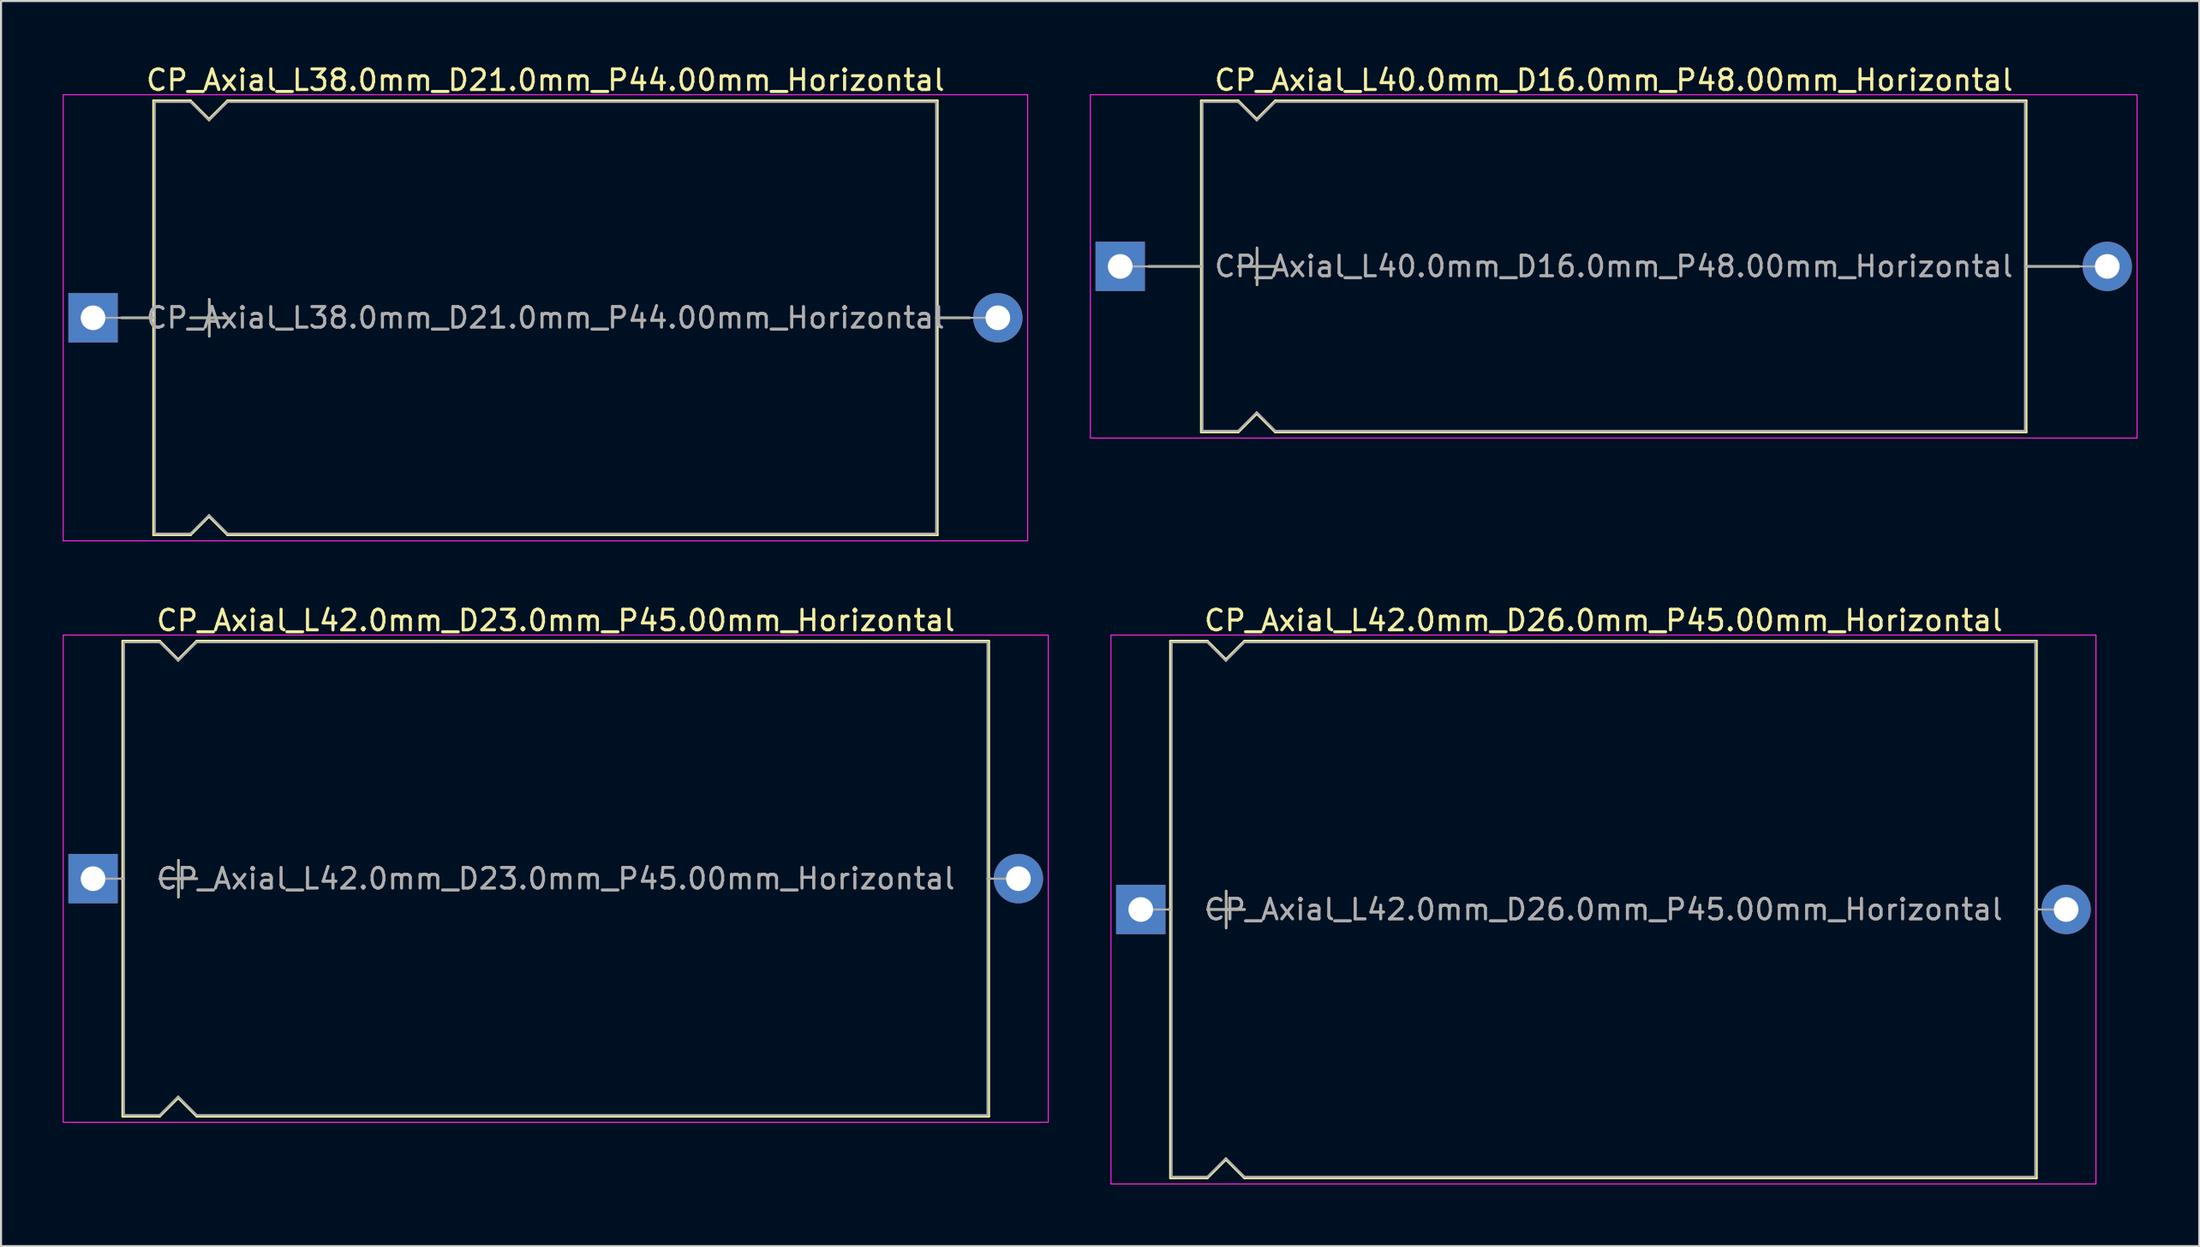
<source format=kicad_pcb>
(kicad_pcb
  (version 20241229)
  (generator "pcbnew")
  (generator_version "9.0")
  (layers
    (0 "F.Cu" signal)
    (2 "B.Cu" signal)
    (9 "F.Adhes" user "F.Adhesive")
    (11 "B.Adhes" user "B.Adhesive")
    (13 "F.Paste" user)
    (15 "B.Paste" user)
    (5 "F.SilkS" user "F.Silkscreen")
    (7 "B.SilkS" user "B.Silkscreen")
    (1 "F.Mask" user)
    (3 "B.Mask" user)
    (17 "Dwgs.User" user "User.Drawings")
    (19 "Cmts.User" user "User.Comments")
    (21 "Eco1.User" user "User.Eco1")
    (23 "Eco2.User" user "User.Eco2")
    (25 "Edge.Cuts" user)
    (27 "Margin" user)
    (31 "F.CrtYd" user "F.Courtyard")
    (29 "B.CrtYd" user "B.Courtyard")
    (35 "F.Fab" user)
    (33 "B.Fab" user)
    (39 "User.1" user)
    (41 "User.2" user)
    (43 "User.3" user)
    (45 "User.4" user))
  (footprint "CP_Axial_L40.0mm_D16.0mm_P48.00mm_Horizontal"
    (layer "F.Cu")
    (at 51.425 9.908)
    (property "Reference" "CP_Axial_L40.0mm_D16.0mm_P48.00mm_Horizontal" (at 24 -9.06 0) (layer "F.SilkS") (effects (font (size 1 1) (thickness 0.15))))
    (attr through_hole)
    (fp_line (start 1.38 0) (end 3.94 0) (stroke (width 0.12) (type solid)) (layer "F.SilkS"))
    (fp_line (start 3.94 -8.06) (end 3.94 8.06) (stroke (width 0.12) (type solid)) (layer "F.SilkS"))
    (fp_line (start 3.94 -8.06) (end 5.74 -8.06) (stroke (width 0.12) (type solid)) (layer "F.SilkS"))
    (fp_line (start 3.94 8.06) (end 5.74 8.06) (stroke (width 0.12) (type solid)) (layer "F.SilkS"))
    (fp_line (start 5.74 -8.06) (end 6.64 -7.16) (stroke (width 0.12) (type solid)) (layer "F.SilkS"))
    (fp_line (start 5.74 8.06) (end 6.64 7.16) (stroke (width 0.12) (type solid)) (layer "F.SilkS"))
    (fp_line (start 5.75 0) (end 7.55 0) (stroke (width 0.12) (type solid)) (layer "F.SilkS"))
    (fp_line (start 6.64 -7.16) (end 7.54 -8.06) (stroke (width 0.12) (type solid)) (layer "F.SilkS"))
    (fp_line (start 6.64 7.16) (end 7.54 8.06) (stroke (width 0.12) (type solid)) (layer "F.SilkS"))
    (fp_line (start 6.65 -0.9) (end 6.65 0.9) (stroke (width 0.12) (type solid)) (layer "F.SilkS"))
    (fp_line (start 7.54 -8.06) (end 44.06 -8.06) (stroke (width 0.12) (type solid)) (layer "F.SilkS"))
    (fp_line (start 7.54 8.06) (end 44.06 8.06) (stroke (width 0.12) (type solid)) (layer "F.SilkS"))
    (fp_line (start 44.06 -8.06) (end 44.06 8.06) (stroke (width 0.12) (type solid)) (layer "F.SilkS"))
    (fp_line (start 46.62 0) (end 44.06 0) (stroke (width 0.12) (type solid)) (layer "F.SilkS"))
    (fp_line (start -1.45 -8.35) (end -1.45 8.35) (stroke (width 0.05) (type solid)) (layer "F.CrtYd"))
    (fp_line (start -1.45 8.35) (end 49.45 8.35) (stroke (width 0.05) (type solid)) (layer "F.CrtYd"))
    (fp_line (start 49.45 -8.35) (end -1.45 -8.35) (stroke (width 0.05) (type solid)) (layer "F.CrtYd"))
    (fp_line (start 49.45 8.35) (end 49.45 -8.35) (stroke (width 0.05) (type solid)) (layer "F.CrtYd"))
    (fp_line (start 0 0) (end 4 0) (stroke (width 0.1) (type solid)) (layer "F.Fab"))
    (fp_line (start 4 -8) (end 4 8) (stroke (width 0.1) (type solid)) (layer "F.Fab"))
    (fp_line (start 4 -8) (end 5.74 -8) (stroke (width 0.1) (type solid)) (layer "F.Fab"))
    (fp_line (start 4 8) (end 5.74 8) (stroke (width 0.1) (type solid)) (layer "F.Fab"))
    (fp_line (start 5.74 -8) (end 6.64 -7.1) (stroke (width 0.1) (type solid)) (layer "F.Fab"))
    (fp_line (start 5.74 8) (end 6.64 7.1) (stroke (width 0.1) (type solid)) (layer "F.Fab"))
    (fp_line (start 5.75 0) (end 7.55 0) (stroke (width 0.1) (type solid)) (layer "F.Fab"))
    (fp_line (start 6.64 -7.1) (end 7.54 -8) (stroke (width 0.1) (type solid)) (layer "F.Fab"))
    (fp_line (start 6.64 7.1) (end 7.54 8) (stroke (width 0.1) (type solid)) (layer "F.Fab"))
    (fp_line (start 6.65 -0.9) (end 6.65 0.9) (stroke (width 0.1) (type solid)) (layer "F.Fab"))
    (fp_line (start 7.54 -8) (end 44 -8) (stroke (width 0.1) (type solid)) (layer "F.Fab"))
    (fp_line (start 7.54 8) (end 44 8) (stroke (width 0.1) (type solid)) (layer "F.Fab"))
    (fp_line (start 44 -8) (end 44 8) (stroke (width 0.1) (type solid)) (layer "F.Fab"))
    (fp_line (start 48 0) (end 44 0) (stroke (width 0.1) (type solid)) (layer "F.Fab"))
    (fp_text user "${REFERENCE}" (at 24 0 0) (layer "F.Fab") (effects (font (size 1 1) (thickness 0.15))))
    (pad "1" thru_hole rect (at 0 0) (size 2.4 2.4) (drill 1.2) (layers "*.Cu" "*.Mask"))
    (pad "2" thru_hole oval (at 48 0) (size 2.4 2.4) (drill 1.2) (layers "*.Cu" "*.Mask")))
  (footprint "CP_Axial_L38.0mm_D21.0mm_P44.00mm_Horizontal"
    (layer "F.Cu")
    (at 1.475 12.408)
    (property "Reference" "CP_Axial_L38.0mm_D21.0mm_P44.00mm_Horizontal" (at 22 -11.56 0) (layer "F.SilkS") (effects (font (size 1 1) (thickness 0.15))))
    (attr through_hole)
    (fp_line (start 1.38 0) (end 2.94 0) (stroke (width 0.12) (type solid)) (layer "F.SilkS"))
    (fp_line (start 2.94 -10.56) (end 2.94 10.56) (stroke (width 0.12) (type solid)) (layer "F.SilkS"))
    (fp_line (start 2.94 -10.56) (end 4.74 -10.56) (stroke (width 0.12) (type solid)) (layer "F.SilkS"))
    (fp_line (start 2.94 10.56) (end 4.74 10.56) (stroke (width 0.12) (type solid)) (layer "F.SilkS"))
    (fp_line (start 4.74 -10.56) (end 5.64 -9.66) (stroke (width 0.12) (type solid)) (layer "F.SilkS"))
    (fp_line (start 4.74 10.56) (end 5.64 9.66) (stroke (width 0.12) (type solid)) (layer "F.SilkS"))
    (fp_line (start 4.75 0) (end 6.55 0) (stroke (width 0.12) (type solid)) (layer "F.SilkS"))
    (fp_line (start 5.64 -9.66) (end 6.54 -10.56) (stroke (width 0.12) (type solid)) (layer "F.SilkS"))
    (fp_line (start 5.64 9.66) (end 6.54 10.56) (stroke (width 0.12) (type solid)) (layer "F.SilkS"))
    (fp_line (start 5.65 -0.9) (end 5.65 0.9) (stroke (width 0.12) (type solid)) (layer "F.SilkS"))
    (fp_line (start 6.54 -10.56) (end 41.06 -10.56) (stroke (width 0.12) (type solid)) (layer "F.SilkS"))
    (fp_line (start 6.54 10.56) (end 41.06 10.56) (stroke (width 0.12) (type solid)) (layer "F.SilkS"))
    (fp_line (start 41.06 -10.56) (end 41.06 10.56) (stroke (width 0.12) (type solid)) (layer "F.SilkS"))
    (fp_line (start 42.62 0) (end 41.06 0) (stroke (width 0.12) (type solid)) (layer "F.SilkS"))
    (fp_line (start -1.45 -10.85) (end -1.45 10.85) (stroke (width 0.05) (type solid)) (layer "F.CrtYd"))
    (fp_line (start -1.45 10.85) (end 45.45 10.85) (stroke (width 0.05) (type solid)) (layer "F.CrtYd"))
    (fp_line (start 45.45 -10.85) (end -1.45 -10.85) (stroke (width 0.05) (type solid)) (layer "F.CrtYd"))
    (fp_line (start 45.45 10.85) (end 45.45 -10.85) (stroke (width 0.05) (type solid)) (layer "F.CrtYd"))
    (fp_line (start 0 0) (end 3 0) (stroke (width 0.1) (type solid)) (layer "F.Fab"))
    (fp_line (start 3 -10.5) (end 3 10.5) (stroke (width 0.1) (type solid)) (layer "F.Fab"))
    (fp_line (start 3 -10.5) (end 4.74 -10.5) (stroke (width 0.1) (type solid)) (layer "F.Fab"))
    (fp_line (start 3 10.5) (end 4.74 10.5) (stroke (width 0.1) (type solid)) (layer "F.Fab"))
    (fp_line (start 4.74 -10.5) (end 5.64 -9.6) (stroke (width 0.1) (type solid)) (layer "F.Fab"))
    (fp_line (start 4.74 10.5) (end 5.64 9.6) (stroke (width 0.1) (type solid)) (layer "F.Fab"))
    (fp_line (start 4.75 0) (end 6.55 0) (stroke (width 0.1) (type solid)) (layer "F.Fab"))
    (fp_line (start 5.64 -9.6) (end 6.54 -10.5) (stroke (width 0.1) (type solid)) (layer "F.Fab"))
    (fp_line (start 5.64 9.6) (end 6.54 10.5) (stroke (width 0.1) (type solid)) (layer "F.Fab"))
    (fp_line (start 5.65 -0.9) (end 5.65 0.9) (stroke (width 0.1) (type solid)) (layer "F.Fab"))
    (fp_line (start 6.54 -10.5) (end 41 -10.5) (stroke (width 0.1) (type solid)) (layer "F.Fab"))
    (fp_line (start 6.54 10.5) (end 41 10.5) (stroke (width 0.1) (type solid)) (layer "F.Fab"))
    (fp_line (start 41 -10.5) (end 41 10.5) (stroke (width 0.1) (type solid)) (layer "F.Fab"))
    (fp_line (start 44 0) (end 41 0) (stroke (width 0.1) (type solid)) (layer "F.Fab"))
    (fp_text user "${REFERENCE}" (at 22 0 0) (layer "F.Fab") (effects (font (size 1 1) (thickness 0.15))))
    (pad "1" thru_hole rect (at 0 0) (size 2.4 2.4) (drill 1.2) (layers "*.Cu" "*.Mask"))
    (pad "2" thru_hole oval (at 44 0) (size 2.4 2.4) (drill 1.2) (layers "*.Cu" "*.Mask")))
  (footprint "CP_Axial_L42.0mm_D23.0mm_P45.00mm_Horizontal"
    (layer "F.Cu")
    (at 1.475 39.691)
    (property "Reference" "CP_Axial_L42.0mm_D23.0mm_P45.00mm_Horizontal" (at 22.5 -12.56 0) (layer "F.SilkS") (effects (font (size 1 1) (thickness 0.15))))
    (attr through_hole)
    (fp_line (start 1.38 0) (end 1.44 0) (stroke (width 0.12) (type solid)) (layer "F.SilkS"))
    (fp_line (start 1.44 -11.56) (end 1.44 11.56) (stroke (width 0.12) (type solid)) (layer "F.SilkS"))
    (fp_line (start 1.44 -11.56) (end 3.24 -11.56) (stroke (width 0.12) (type solid)) (layer "F.SilkS"))
    (fp_line (start 1.44 11.56) (end 3.24 11.56) (stroke (width 0.12) (type solid)) (layer "F.SilkS"))
    (fp_line (start 3.24 -11.56) (end 4.14 -10.66) (stroke (width 0.12) (type solid)) (layer "F.SilkS"))
    (fp_line (start 3.24 11.56) (end 4.14 10.66) (stroke (width 0.12) (type solid)) (layer "F.SilkS"))
    (fp_line (start 3.25 0) (end 5.05 0) (stroke (width 0.12) (type solid)) (layer "F.SilkS"))
    (fp_line (start 4.14 -10.66) (end 5.04 -11.56) (stroke (width 0.12) (type solid)) (layer "F.SilkS"))
    (fp_line (start 4.14 10.66) (end 5.04 11.56) (stroke (width 0.12) (type solid)) (layer "F.SilkS"))
    (fp_line (start 4.15 -0.9) (end 4.15 0.9) (stroke (width 0.12) (type solid)) (layer "F.SilkS"))
    (fp_line (start 5.04 -11.56) (end 43.56 -11.56) (stroke (width 0.12) (type solid)) (layer "F.SilkS"))
    (fp_line (start 5.04 11.56) (end 43.56 11.56) (stroke (width 0.12) (type solid)) (layer "F.SilkS"))
    (fp_line (start 43.56 -11.56) (end 43.56 11.56) (stroke (width 0.12) (type solid)) (layer "F.SilkS"))
    (fp_line (start 43.62 0) (end 43.56 0) (stroke (width 0.12) (type solid)) (layer "F.SilkS"))
    (fp_line (start -1.45 -11.85) (end -1.45 11.85) (stroke (width 0.05) (type solid)) (layer "F.CrtYd"))
    (fp_line (start -1.45 11.85) (end 46.45 11.85) (stroke (width 0.05) (type solid)) (layer "F.CrtYd"))
    (fp_line (start 46.45 -11.85) (end -1.45 -11.85) (stroke (width 0.05) (type solid)) (layer "F.CrtYd"))
    (fp_line (start 46.45 11.85) (end 46.45 -11.85) (stroke (width 0.05) (type solid)) (layer "F.CrtYd"))
    (fp_line (start 0 0) (end 1.5 0) (stroke (width 0.1) (type solid)) (layer "F.Fab"))
    (fp_line (start 1.5 -11.5) (end 1.5 11.5) (stroke (width 0.1) (type solid)) (layer "F.Fab"))
    (fp_line (start 1.5 -11.5) (end 3.24 -11.5) (stroke (width 0.1) (type solid)) (layer "F.Fab"))
    (fp_line (start 1.5 11.5) (end 3.24 11.5) (stroke (width 0.1) (type solid)) (layer "F.Fab"))
    (fp_line (start 3.24 -11.5) (end 4.14 -10.6) (stroke (width 0.1) (type solid)) (layer "F.Fab"))
    (fp_line (start 3.24 11.5) (end 4.14 10.6) (stroke (width 0.1) (type solid)) (layer "F.Fab"))
    (fp_line (start 3.25 0) (end 5.05 0) (stroke (width 0.1) (type solid)) (layer "F.Fab"))
    (fp_line (start 4.14 -10.6) (end 5.04 -11.5) (stroke (width 0.1) (type solid)) (layer "F.Fab"))
    (fp_line (start 4.14 10.6) (end 5.04 11.5) (stroke (width 0.1) (type solid)) (layer "F.Fab"))
    (fp_line (start 4.15 -0.9) (end 4.15 0.9) (stroke (width 0.1) (type solid)) (layer "F.Fab"))
    (fp_line (start 5.04 -11.5) (end 43.5 -11.5) (stroke (width 0.1) (type solid)) (layer "F.Fab"))
    (fp_line (start 5.04 11.5) (end 43.5 11.5) (stroke (width 0.1) (type solid)) (layer "F.Fab"))
    (fp_line (start 43.5 -11.5) (end 43.5 11.5) (stroke (width 0.1) (type solid)) (layer "F.Fab"))
    (fp_line (start 45 0) (end 43.5 0) (stroke (width 0.1) (type solid)) (layer "F.Fab"))
    (fp_text user "${REFERENCE}" (at 22.5 0 0) (layer "F.Fab") (effects (font (size 1 1) (thickness 0.15))))
    (pad "1" thru_hole rect (at 0 0) (size 2.4 2.4) (drill 1.2) (layers "*.Cu" "*.Mask"))
    (pad "2" thru_hole oval (at 45 0) (size 2.4 2.4) (drill 1.2) (layers "*.Cu" "*.Mask")))
  (footprint "CP_Axial_L42.0mm_D26.0mm_P45.00mm_Horizontal"
    (layer "F.Cu")
    (at 52.425 41.191)
    (property "Reference" "CP_Axial_L42.0mm_D26.0mm_P45.00mm_Horizontal" (at 22.5 -14.06 0) (layer "F.SilkS") (effects (font (size 1 1) (thickness 0.15))))
    (attr through_hole)
    (fp_line (start 1.38 0) (end 1.44 0) (stroke (width 0.12) (type solid)) (layer "F.SilkS"))
    (fp_line (start 1.44 -13.06) (end 1.44 13.06) (stroke (width 0.12) (type solid)) (layer "F.SilkS"))
    (fp_line (start 1.44 -13.06) (end 3.24 -13.06) (stroke (width 0.12) (type solid)) (layer "F.SilkS"))
    (fp_line (start 1.44 13.06) (end 3.24 13.06) (stroke (width 0.12) (type solid)) (layer "F.SilkS"))
    (fp_line (start 3.24 -13.06) (end 4.14 -12.16) (stroke (width 0.12) (type solid)) (layer "F.SilkS"))
    (fp_line (start 3.24 13.06) (end 4.14 12.16) (stroke (width 0.12) (type solid)) (layer "F.SilkS"))
    (fp_line (start 3.25 0) (end 5.05 0) (stroke (width 0.12) (type solid)) (layer "F.SilkS"))
    (fp_line (start 4.14 -12.16) (end 5.04 -13.06) (stroke (width 0.12) (type solid)) (layer "F.SilkS"))
    (fp_line (start 4.14 12.16) (end 5.04 13.06) (stroke (width 0.12) (type solid)) (layer "F.SilkS"))
    (fp_line (start 4.15 -0.9) (end 4.15 0.9) (stroke (width 0.12) (type solid)) (layer "F.SilkS"))
    (fp_line (start 5.04 -13.06) (end 43.56 -13.06) (stroke (width 0.12) (type solid)) (layer "F.SilkS"))
    (fp_line (start 5.04 13.06) (end 43.56 13.06) (stroke (width 0.12) (type solid)) (layer "F.SilkS"))
    (fp_line (start 43.56 -13.06) (end 43.56 13.06) (stroke (width 0.12) (type solid)) (layer "F.SilkS"))
    (fp_line (start 43.62 0) (end 43.56 0) (stroke (width 0.12) (type solid)) (layer "F.SilkS"))
    (fp_line (start -1.45 -13.35) (end -1.45 13.35) (stroke (width 0.05) (type solid)) (layer "F.CrtYd"))
    (fp_line (start -1.45 13.35) (end 46.45 13.35) (stroke (width 0.05) (type solid)) (layer "F.CrtYd"))
    (fp_line (start 46.45 -13.35) (end -1.45 -13.35) (stroke (width 0.05) (type solid)) (layer "F.CrtYd"))
    (fp_line (start 46.45 13.35) (end 46.45 -13.35) (stroke (width 0.05) (type solid)) (layer "F.CrtYd"))
    (fp_line (start 0 0) (end 1.5 0) (stroke (width 0.1) (type solid)) (layer "F.Fab"))
    (fp_line (start 1.5 -13) (end 1.5 13) (stroke (width 0.1) (type solid)) (layer "F.Fab"))
    (fp_line (start 1.5 -13) (end 3.24 -13) (stroke (width 0.1) (type solid)) (layer "F.Fab"))
    (fp_line (start 1.5 13) (end 3.24 13) (stroke (width 0.1) (type solid)) (layer "F.Fab"))
    (fp_line (start 3.24 -13) (end 4.14 -12.1) (stroke (width 0.1) (type solid)) (layer "F.Fab"))
    (fp_line (start 3.24 13) (end 4.14 12.1) (stroke (width 0.1) (type solid)) (layer "F.Fab"))
    (fp_line (start 3.25 0) (end 5.05 0) (stroke (width 0.1) (type solid)) (layer "F.Fab"))
    (fp_line (start 4.14 -12.1) (end 5.04 -13) (stroke (width 0.1) (type solid)) (layer "F.Fab"))
    (fp_line (start 4.14 12.1) (end 5.04 13) (stroke (width 0.1) (type solid)) (layer "F.Fab"))
    (fp_line (start 4.15 -0.9) (end 4.15 0.9) (stroke (width 0.1) (type solid)) (layer "F.Fab"))
    (fp_line (start 5.04 -13) (end 43.5 -13) (stroke (width 0.1) (type solid)) (layer "F.Fab"))
    (fp_line (start 5.04 13) (end 43.5 13) (stroke (width 0.1) (type solid)) (layer "F.Fab"))
    (fp_line (start 43.5 -13) (end 43.5 13) (stroke (width 0.1) (type solid)) (layer "F.Fab"))
    (fp_line (start 45 0) (end 43.5 0) (stroke (width 0.1) (type solid)) (layer "F.Fab"))
    (fp_text user "${REFERENCE}" (at 22.5 0 0) (layer "F.Fab") (effects (font (size 1 1) (thickness 0.15))))
    (pad "1" thru_hole rect (at 0 0) (size 2.4 2.4) (drill 1.2) (layers "*.Cu" "*.Mask"))
    (pad "2" thru_hole oval (at 45 0) (size 2.4 2.4) (drill 1.2) (layers "*.Cu" "*.Mask")))
  (gr_rect
    (start -3 -3)
    (end 103.9 57.566)
    (stroke (width 0.1) (type default))
    (fill no)
    (layer "Edge.Cuts")))
</source>
